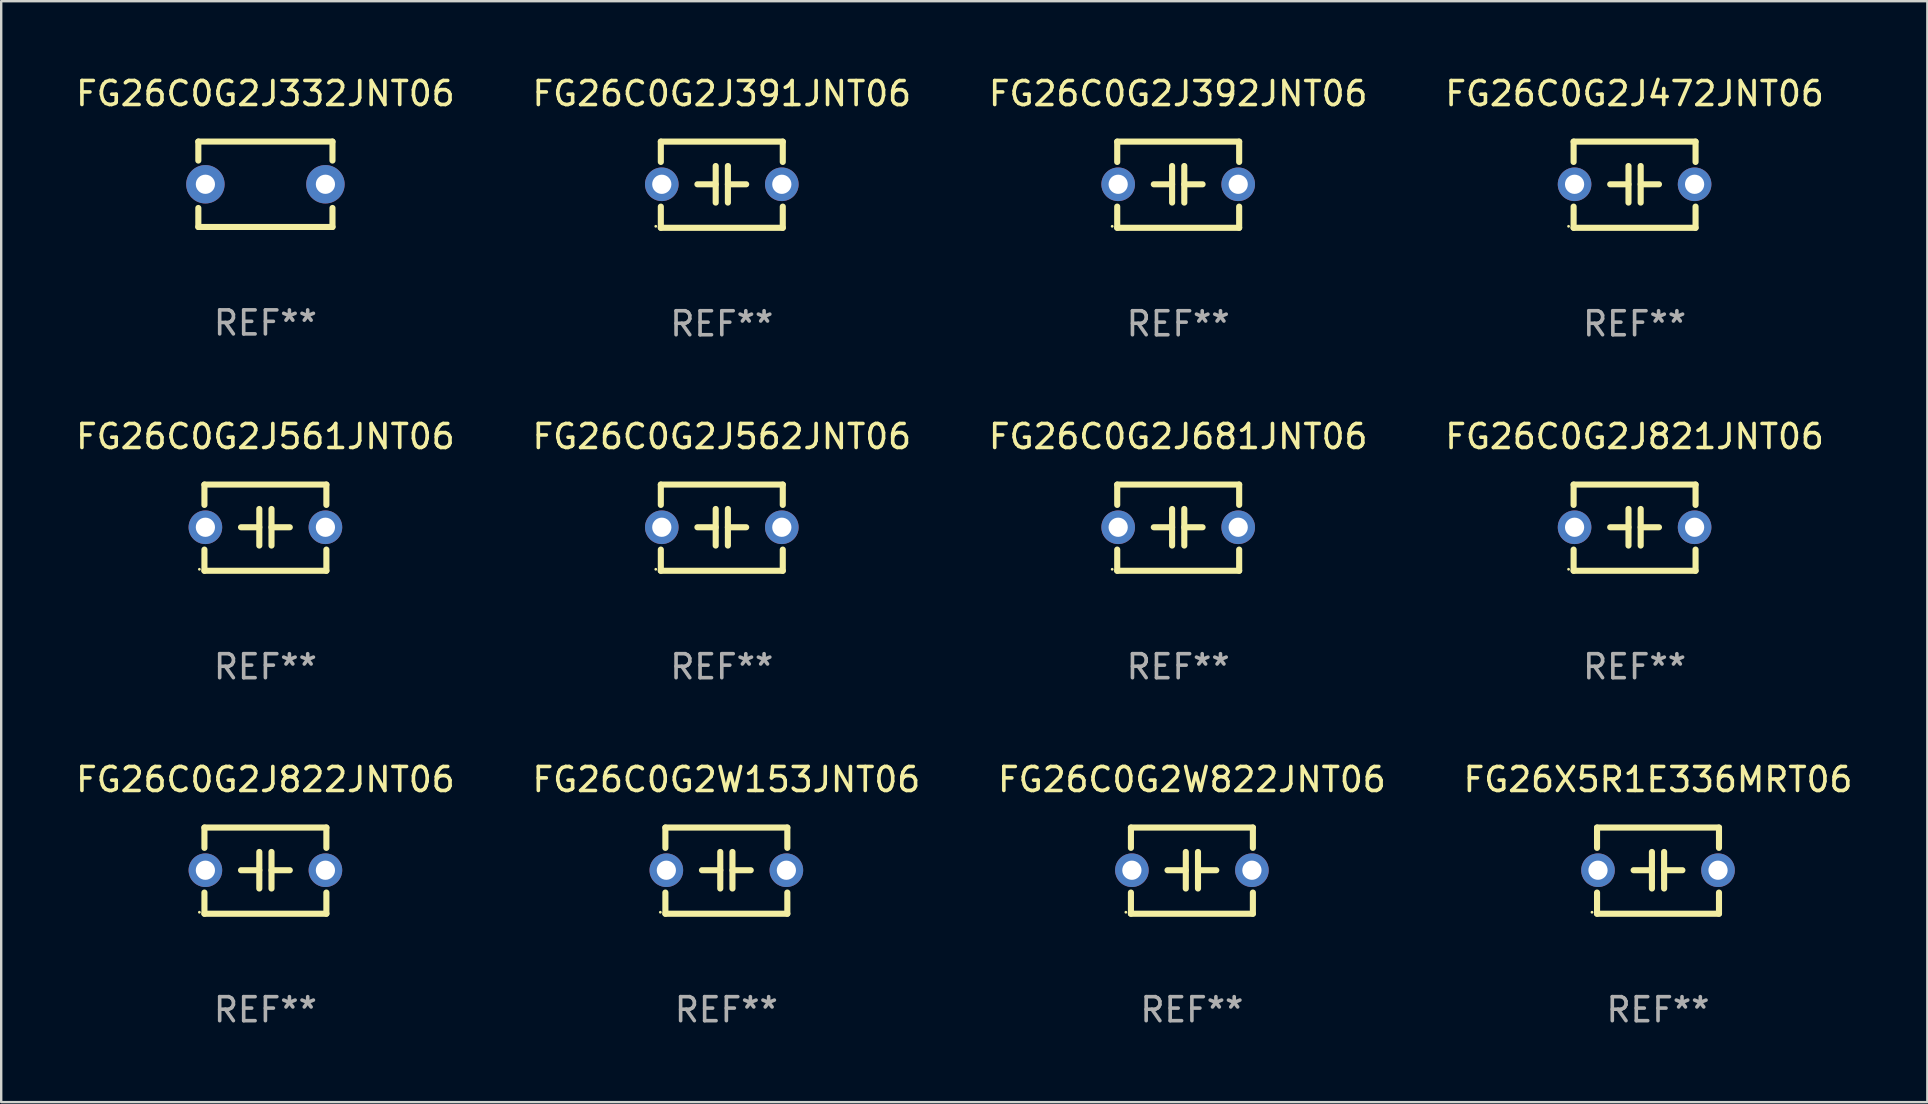
<source format=kicad_pcb>
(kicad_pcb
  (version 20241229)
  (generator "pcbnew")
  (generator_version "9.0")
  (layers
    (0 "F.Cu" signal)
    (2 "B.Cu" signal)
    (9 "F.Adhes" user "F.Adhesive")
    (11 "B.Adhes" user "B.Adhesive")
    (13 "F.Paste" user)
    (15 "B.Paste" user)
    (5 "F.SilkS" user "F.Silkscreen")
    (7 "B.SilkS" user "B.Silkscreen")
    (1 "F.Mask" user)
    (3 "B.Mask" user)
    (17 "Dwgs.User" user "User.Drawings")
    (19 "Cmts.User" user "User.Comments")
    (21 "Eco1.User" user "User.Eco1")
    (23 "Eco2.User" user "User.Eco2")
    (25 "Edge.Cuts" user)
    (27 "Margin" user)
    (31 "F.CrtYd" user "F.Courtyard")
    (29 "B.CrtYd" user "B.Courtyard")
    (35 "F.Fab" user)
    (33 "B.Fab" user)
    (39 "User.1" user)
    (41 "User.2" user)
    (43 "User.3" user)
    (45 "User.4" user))
  (footprint "FG26C0G2J392JNT06"
    (layer "F.Cu")
    (at 46.03 4.644)
    (property "Reference" "FG26C0G2J392JNT06" (at 0 -3.795 0) (layer "F.SilkS") (effects (font (size 1 1) (thickness 0.15))))
    (attr through_hole)
    (fp_line (start -2.54 -1.795) (end 2.54 -1.795) (stroke (width 0.254) (type solid)) (layer "F.SilkS"))
    (fp_line (start -2.54 -0.948) (end -2.54 -1.795) (stroke (width 0.254) (type solid)) (layer "F.SilkS"))
    (fp_line (start -2.54 1.795) (end -2.54 0.913) (stroke (width 0.254) (type solid)) (layer "F.SilkS"))
    (fp_line (start -1.016 -0.017) (end -0.254 -0.017) (stroke (width 0.254) (type solid)) (layer "F.SilkS"))
    (fp_line (start -0.254 0.745) (end -0.254 -0.779) (stroke (width 0.254) (type solid)) (layer "F.SilkS"))
    (fp_line (start 0.254 -0.779) (end 0.254 0.745) (stroke (width 0.254) (type solid)) (layer "F.SilkS"))
    (fp_line (start 1.016 -0.017) (end 0.254 -0.017) (stroke (width 0.254) (type solid)) (layer "F.SilkS"))
    (fp_line (start 2.54 -1.795) (end 2.54 -0.948) (stroke (width 0.254) (type solid)) (layer "F.SilkS"))
    (fp_line (start 2.54 1.795) (end -2.54 1.795) (stroke (width 0.254) (type solid)) (layer "F.SilkS"))
    (fp_line (start 2.54 1.795) (end 2.54 0.913) (stroke (width 0.254) (type solid)) (layer "F.SilkS"))
    (fp_circle (center -2.75 1.733) (end -2.72 1.733) (stroke (width 0.06) (type solid)) (fill no) (layer "F.SilkS"))
    (fp_text user "REF**" (at 0 5.795 0) (layer "F.Fab") (effects (font (size 1 1) (thickness 0.15))))
    (pad "1" thru_hole circle (at -2.5 -0.017) (size 1.4 1.4) (drill 0.8) (layers "*.Cu" "*.Mask"))
    (pad "2" thru_hole circle (at 2.5 -0.017) (size 1.4 1.4) (drill 0.8) (layers "*.Cu" "*.Mask")))
  (footprint "FG26C0G2W822JNT06"
    (layer "F.Cu")
    (at 46.601 33.218)
    (property "Reference" "FG26C0G2W822JNT06" (at 0 -3.795 0) (layer "F.SilkS") (effects (font (size 1 1) (thickness 0.15))))
    (attr through_hole)
    (fp_line (start -2.54 -1.795) (end 2.54 -1.795) (stroke (width 0.254) (type solid)) (layer "F.SilkS"))
    (fp_line (start -2.54 -0.948) (end -2.54 -1.795) (stroke (width 0.254) (type solid)) (layer "F.SilkS"))
    (fp_line (start -2.54 1.795) (end -2.54 0.913) (stroke (width 0.254) (type solid)) (layer "F.SilkS"))
    (fp_line (start -1.016 -0.017) (end -0.254 -0.017) (stroke (width 0.254) (type solid)) (layer "F.SilkS"))
    (fp_line (start -0.254 0.745) (end -0.254 -0.779) (stroke (width 0.254) (type solid)) (layer "F.SilkS"))
    (fp_line (start 0.254 -0.779) (end 0.254 0.745) (stroke (width 0.254) (type solid)) (layer "F.SilkS"))
    (fp_line (start 1.016 -0.017) (end 0.254 -0.017) (stroke (width 0.254) (type solid)) (layer "F.SilkS"))
    (fp_line (start 2.54 -1.795) (end 2.54 -0.948) (stroke (width 0.254) (type solid)) (layer "F.SilkS"))
    (fp_line (start 2.54 1.795) (end -2.54 1.795) (stroke (width 0.254) (type solid)) (layer "F.SilkS"))
    (fp_line (start 2.54 1.795) (end 2.54 0.913) (stroke (width 0.254) (type solid)) (layer "F.SilkS"))
    (fp_circle (center -2.75 1.733) (end -2.72 1.733) (stroke (width 0.06) (type solid)) (fill no) (layer "F.SilkS"))
    (fp_text user "REF**" (at 0 5.795 0) (layer "F.Fab") (effects (font (size 1 1) (thickness 0.15))))
    (pad "1" thru_hole circle (at -2.5 -0.017) (size 1.4 1.4) (drill 0.8) (layers "*.Cu" "*.Mask"))
    (pad "2" thru_hole circle (at 2.5 -0.017) (size 1.4 1.4) (drill 0.8) (layers "*.Cu" "*.Mask")))
  (footprint "FG26C0G2J391JNT06"
    (layer "F.Cu")
    (at 27.018 4.644)
    (property "Reference" "FG26C0G2J391JNT06" (at 0 -3.795 0) (layer "F.SilkS") (effects (font (size 1 1) (thickness 0.15))))
    (attr through_hole)
    (fp_line (start -2.54 -1.795) (end 2.54 -1.795) (stroke (width 0.254) (type solid)) (layer "F.SilkS"))
    (fp_line (start -2.54 -0.948) (end -2.54 -1.795) (stroke (width 0.254) (type solid)) (layer "F.SilkS"))
    (fp_line (start -2.54 1.795) (end -2.54 0.913) (stroke (width 0.254) (type solid)) (layer "F.SilkS"))
    (fp_line (start -1.016 -0.017) (end -0.254 -0.017) (stroke (width 0.254) (type solid)) (layer "F.SilkS"))
    (fp_line (start -0.254 0.745) (end -0.254 -0.779) (stroke (width 0.254) (type solid)) (layer "F.SilkS"))
    (fp_line (start 0.254 -0.779) (end 0.254 0.745) (stroke (width 0.254) (type solid)) (layer "F.SilkS"))
    (fp_line (start 1.016 -0.017) (end 0.254 -0.017) (stroke (width 0.254) (type solid)) (layer "F.SilkS"))
    (fp_line (start 2.54 -1.795) (end 2.54 -0.948) (stroke (width 0.254) (type solid)) (layer "F.SilkS"))
    (fp_line (start 2.54 1.795) (end -2.54 1.795) (stroke (width 0.254) (type solid)) (layer "F.SilkS"))
    (fp_line (start 2.54 1.795) (end 2.54 0.913) (stroke (width 0.254) (type solid)) (layer "F.SilkS"))
    (fp_circle (center -2.75 1.733) (end -2.72 1.733) (stroke (width 0.06) (type solid)) (fill no) (layer "F.SilkS"))
    (fp_text user "REF**" (at 0 5.795 0) (layer "F.Fab") (effects (font (size 1 1) (thickness 0.15))))
    (pad "1" thru_hole circle (at -2.5 -0.017) (size 1.4 1.4) (drill 0.8) (layers "*.Cu" "*.Mask"))
    (pad "2" thru_hole circle (at 2.5 -0.017) (size 1.4 1.4) (drill 0.8) (layers "*.Cu" "*.Mask")))
  (footprint "FG26C0G2J332JNT06"
    (layer "F.Cu")
    (at 8.006 4.626)
    (property "Reference" "FG26C0G2J332JNT06" (at 0 -3.778 0) (layer "F.SilkS") (effects (font (size 1 1) (thickness 0.15))))
    (attr through_hole)
    (fp_line (start -2.794 -1.778) (end -2.794 -0.988) (stroke (width 0.254) (type solid)) (layer "F.SilkS"))
    (fp_line (start -2.794 0.988) (end -2.794 1.778) (stroke (width 0.254) (type solid)) (layer "F.SilkS"))
    (fp_line (start -2.794 1.778) (end 2.794 1.778) (stroke (width 0.254) (type solid)) (layer "F.SilkS"))
    (fp_line (start 2.794 -1.778) (end -2.794 -1.778) (stroke (width 0.254) (type solid)) (layer "F.SilkS"))
    (fp_line (start 2.794 -0.988) (end 2.794 -1.778) (stroke (width 0.254) (type solid)) (layer "F.SilkS"))
    (fp_line (start 2.794 1.778) (end 2.794 0.988) (stroke (width 0.254) (type solid)) (layer "F.SilkS"))
    (fp_circle (center -2.75 1.75) (end -2.72 1.75) (stroke (width 0.06) (type solid)) (fill no) (layer "F.SilkS"))
    (fp_text user "REF**" (at 0 5.778 0) (layer "F.Fab") (effects (font (size 1 1) (thickness 0.15))))
    (pad "1" thru_hole circle (at -2.5 0) (size 1.6 1.6) (drill 0.8) (layers "*.Cu" "*.Mask"))
    (pad "2" thru_hole circle (at 2.5 0) (size 1.6 1.6) (drill 0.8) (layers "*.Cu" "*.Mask")))
  (footprint "FG26C0G2J472JNT06"
    (layer "F.Cu")
    (at 65.042 4.644)
    (property "Reference" "FG26C0G2J472JNT06" (at 0 -3.795 0) (layer "F.SilkS") (effects (font (size 1 1) (thickness 0.15))))
    (attr through_hole)
    (fp_line (start -2.54 -1.795) (end 2.54 -1.795) (stroke (width 0.254) (type solid)) (layer "F.SilkS"))
    (fp_line (start -2.54 -0.948) (end -2.54 -1.795) (stroke (width 0.254) (type solid)) (layer "F.SilkS"))
    (fp_line (start -2.54 1.795) (end -2.54 0.913) (stroke (width 0.254) (type solid)) (layer "F.SilkS"))
    (fp_line (start -1.016 -0.017) (end -0.254 -0.017) (stroke (width 0.254) (type solid)) (layer "F.SilkS"))
    (fp_line (start -0.254 0.745) (end -0.254 -0.779) (stroke (width 0.254) (type solid)) (layer "F.SilkS"))
    (fp_line (start 0.254 -0.779) (end 0.254 0.745) (stroke (width 0.254) (type solid)) (layer "F.SilkS"))
    (fp_line (start 1.016 -0.017) (end 0.254 -0.017) (stroke (width 0.254) (type solid)) (layer "F.SilkS"))
    (fp_line (start 2.54 -1.795) (end 2.54 -0.948) (stroke (width 0.254) (type solid)) (layer "F.SilkS"))
    (fp_line (start 2.54 1.795) (end -2.54 1.795) (stroke (width 0.254) (type solid)) (layer "F.SilkS"))
    (fp_line (start 2.54 1.795) (end 2.54 0.913) (stroke (width 0.254) (type solid)) (layer "F.SilkS"))
    (fp_circle (center -2.75 1.733) (end -2.72 1.733) (stroke (width 0.06) (type solid)) (fill no) (layer "F.SilkS"))
    (fp_text user "REF**" (at 0 5.795 0) (layer "F.Fab") (effects (font (size 1 1) (thickness 0.15))))
    (pad "1" thru_hole circle (at -2.5 -0.017) (size 1.4 1.4) (drill 0.8) (layers "*.Cu" "*.Mask"))
    (pad "2" thru_hole circle (at 2.5 -0.017) (size 1.4 1.4) (drill 0.8) (layers "*.Cu" "*.Mask")))
  (footprint "FG26C0G2J821JNT06"
    (layer "F.Cu")
    (at 65.042 18.931)
    (property "Reference" "FG26C0G2J821JNT06" (at 0 -3.795 0) (layer "F.SilkS") (effects (font (size 1 1) (thickness 0.15))))
    (attr through_hole)
    (fp_line (start -2.54 -1.795) (end 2.54 -1.795) (stroke (width 0.254) (type solid)) (layer "F.SilkS"))
    (fp_line (start -2.54 -0.948) (end -2.54 -1.795) (stroke (width 0.254) (type solid)) (layer "F.SilkS"))
    (fp_line (start -2.54 1.795) (end -2.54 0.913) (stroke (width 0.254) (type solid)) (layer "F.SilkS"))
    (fp_line (start -1.016 -0.017) (end -0.254 -0.017) (stroke (width 0.254) (type solid)) (layer "F.SilkS"))
    (fp_line (start -0.254 0.745) (end -0.254 -0.779) (stroke (width 0.254) (type solid)) (layer "F.SilkS"))
    (fp_line (start 0.254 -0.779) (end 0.254 0.745) (stroke (width 0.254) (type solid)) (layer "F.SilkS"))
    (fp_line (start 1.016 -0.017) (end 0.254 -0.017) (stroke (width 0.254) (type solid)) (layer "F.SilkS"))
    (fp_line (start 2.54 -1.795) (end 2.54 -0.948) (stroke (width 0.254) (type solid)) (layer "F.SilkS"))
    (fp_line (start 2.54 1.795) (end -2.54 1.795) (stroke (width 0.254) (type solid)) (layer "F.SilkS"))
    (fp_line (start 2.54 1.795) (end 2.54 0.913) (stroke (width 0.254) (type solid)) (layer "F.SilkS"))
    (fp_circle (center -2.75 1.733) (end -2.72 1.733) (stroke (width 0.06) (type solid)) (fill no) (layer "F.SilkS"))
    (fp_text user "REF**" (at 0 5.795 0) (layer "F.Fab") (effects (font (size 1 1) (thickness 0.15))))
    (pad "1" thru_hole circle (at -2.5 -0.017) (size 1.4 1.4) (drill 0.8) (layers "*.Cu" "*.Mask"))
    (pad "2" thru_hole circle (at 2.5 -0.017) (size 1.4 1.4) (drill 0.8) (layers "*.Cu" "*.Mask")))
  (footprint "FG26C0G2W153JNT06"
    (layer "F.Cu")
    (at 27.208 33.218)
    (property "Reference" "FG26C0G2W153JNT06" (at 0 -3.795 0) (layer "F.SilkS") (effects (font (size 1 1) (thickness 0.15))))
    (attr through_hole)
    (fp_line (start -2.54 -1.795) (end 2.54 -1.795) (stroke (width 0.254) (type solid)) (layer "F.SilkS"))
    (fp_line (start -2.54 -0.948) (end -2.54 -1.795) (stroke (width 0.254) (type solid)) (layer "F.SilkS"))
    (fp_line (start -2.54 1.795) (end -2.54 0.913) (stroke (width 0.254) (type solid)) (layer "F.SilkS"))
    (fp_line (start -1.016 -0.017) (end -0.254 -0.017) (stroke (width 0.254) (type solid)) (layer "F.SilkS"))
    (fp_line (start -0.254 0.745) (end -0.254 -0.779) (stroke (width 0.254) (type solid)) (layer "F.SilkS"))
    (fp_line (start 0.254 -0.779) (end 0.254 0.745) (stroke (width 0.254) (type solid)) (layer "F.SilkS"))
    (fp_line (start 1.016 -0.017) (end 0.254 -0.017) (stroke (width 0.254) (type solid)) (layer "F.SilkS"))
    (fp_line (start 2.54 -1.795) (end 2.54 -0.948) (stroke (width 0.254) (type solid)) (layer "F.SilkS"))
    (fp_line (start 2.54 1.795) (end -2.54 1.795) (stroke (width 0.254) (type solid)) (layer "F.SilkS"))
    (fp_line (start 2.54 1.795) (end 2.54 0.913) (stroke (width 0.254) (type solid)) (layer "F.SilkS"))
    (fp_circle (center -2.75 1.733) (end -2.72 1.733) (stroke (width 0.06) (type solid)) (fill no) (layer "F.SilkS"))
    (fp_text user "REF**" (at 0 5.795 0) (layer "F.Fab") (effects (font (size 1 1) (thickness 0.15))))
    (pad "1" thru_hole circle (at -2.5 -0.017) (size 1.4 1.4) (drill 0.8) (layers "*.Cu" "*.Mask"))
    (pad "2" thru_hole circle (at 2.5 -0.017) (size 1.4 1.4) (drill 0.8) (layers "*.Cu" "*.Mask")))
  (footprint "FG26C0G2J562JNT06"
    (layer "F.Cu")
    (at 27.018 18.931)
    (property "Reference" "FG26C0G2J562JNT06" (at 0 -3.795 0) (layer "F.SilkS") (effects (font (size 1 1) (thickness 0.15))))
    (attr through_hole)
    (fp_line (start -2.54 -1.795) (end 2.54 -1.795) (stroke (width 0.254) (type solid)) (layer "F.SilkS"))
    (fp_line (start -2.54 -0.948) (end -2.54 -1.795) (stroke (width 0.254) (type solid)) (layer "F.SilkS"))
    (fp_line (start -2.54 1.795) (end -2.54 0.913) (stroke (width 0.254) (type solid)) (layer "F.SilkS"))
    (fp_line (start -1.016 -0.017) (end -0.254 -0.017) (stroke (width 0.254) (type solid)) (layer "F.SilkS"))
    (fp_line (start -0.254 0.745) (end -0.254 -0.779) (stroke (width 0.254) (type solid)) (layer "F.SilkS"))
    (fp_line (start 0.254 -0.779) (end 0.254 0.745) (stroke (width 0.254) (type solid)) (layer "F.SilkS"))
    (fp_line (start 1.016 -0.017) (end 0.254 -0.017) (stroke (width 0.254) (type solid)) (layer "F.SilkS"))
    (fp_line (start 2.54 -1.795) (end 2.54 -0.948) (stroke (width 0.254) (type solid)) (layer "F.SilkS"))
    (fp_line (start 2.54 1.795) (end -2.54 1.795) (stroke (width 0.254) (type solid)) (layer "F.SilkS"))
    (fp_line (start 2.54 1.795) (end 2.54 0.913) (stroke (width 0.254) (type solid)) (layer "F.SilkS"))
    (fp_circle (center -2.75 1.733) (end -2.72 1.733) (stroke (width 0.06) (type solid)) (fill no) (layer "F.SilkS"))
    (fp_text user "REF**" (at 0 5.795 0) (layer "F.Fab") (effects (font (size 1 1) (thickness 0.15))))
    (pad "1" thru_hole circle (at -2.5 -0.017) (size 1.4 1.4) (drill 0.8) (layers "*.Cu" "*.Mask"))
    (pad "2" thru_hole circle (at 2.5 -0.017) (size 1.4 1.4) (drill 0.8) (layers "*.Cu" "*.Mask")))
  (footprint "FG26C0G2J681JNT06"
    (layer "F.Cu")
    (at 46.03 18.931)
    (property "Reference" "FG26C0G2J681JNT06" (at 0 -3.795 0) (layer "F.SilkS") (effects (font (size 1 1) (thickness 0.15))))
    (attr through_hole)
    (fp_line (start -2.54 -1.795) (end 2.54 -1.795) (stroke (width 0.254) (type solid)) (layer "F.SilkS"))
    (fp_line (start -2.54 -0.948) (end -2.54 -1.795) (stroke (width 0.254) (type solid)) (layer "F.SilkS"))
    (fp_line (start -2.54 1.795) (end -2.54 0.913) (stroke (width 0.254) (type solid)) (layer "F.SilkS"))
    (fp_line (start -1.016 -0.017) (end -0.254 -0.017) (stroke (width 0.254) (type solid)) (layer "F.SilkS"))
    (fp_line (start -0.254 0.745) (end -0.254 -0.779) (stroke (width 0.254) (type solid)) (layer "F.SilkS"))
    (fp_line (start 0.254 -0.779) (end 0.254 0.745) (stroke (width 0.254) (type solid)) (layer "F.SilkS"))
    (fp_line (start 1.016 -0.017) (end 0.254 -0.017) (stroke (width 0.254) (type solid)) (layer "F.SilkS"))
    (fp_line (start 2.54 -1.795) (end 2.54 -0.948) (stroke (width 0.254) (type solid)) (layer "F.SilkS"))
    (fp_line (start 2.54 1.795) (end -2.54 1.795) (stroke (width 0.254) (type solid)) (layer "F.SilkS"))
    (fp_line (start 2.54 1.795) (end 2.54 0.913) (stroke (width 0.254) (type solid)) (layer "F.SilkS"))
    (fp_circle (center -2.75 1.733) (end -2.72 1.733) (stroke (width 0.06) (type solid)) (fill no) (layer "F.SilkS"))
    (fp_text user "REF**" (at 0 5.795 0) (layer "F.Fab") (effects (font (size 1 1) (thickness 0.15))))
    (pad "1" thru_hole circle (at -2.5 -0.017) (size 1.4 1.4) (drill 0.8) (layers "*.Cu" "*.Mask"))
    (pad "2" thru_hole circle (at 2.5 -0.017) (size 1.4 1.4) (drill 0.8) (layers "*.Cu" "*.Mask")))
  (footprint "FG26C0G2J561JNT06"
    (layer "F.Cu")
    (at 8.006 18.931)
    (property "Reference" "FG26C0G2J561JNT06" (at 0 -3.795 0) (layer "F.SilkS") (effects (font (size 1 1) (thickness 0.15))))
    (attr through_hole)
    (fp_line (start -2.54 -1.795) (end 2.54 -1.795) (stroke (width 0.254) (type solid)) (layer "F.SilkS"))
    (fp_line (start -2.54 -0.948) (end -2.54 -1.795) (stroke (width 0.254) (type solid)) (layer "F.SilkS"))
    (fp_line (start -2.54 1.795) (end -2.54 0.913) (stroke (width 0.254) (type solid)) (layer "F.SilkS"))
    (fp_line (start -1.016 -0.017) (end -0.254 -0.017) (stroke (width 0.254) (type solid)) (layer "F.SilkS"))
    (fp_line (start -0.254 0.745) (end -0.254 -0.779) (stroke (width 0.254) (type solid)) (layer "F.SilkS"))
    (fp_line (start 0.254 -0.779) (end 0.254 0.745) (stroke (width 0.254) (type solid)) (layer "F.SilkS"))
    (fp_line (start 1.016 -0.017) (end 0.254 -0.017) (stroke (width 0.254) (type solid)) (layer "F.SilkS"))
    (fp_line (start 2.54 -1.795) (end 2.54 -0.948) (stroke (width 0.254) (type solid)) (layer "F.SilkS"))
    (fp_line (start 2.54 1.795) (end -2.54 1.795) (stroke (width 0.254) (type solid)) (layer "F.SilkS"))
    (fp_line (start 2.54 1.795) (end 2.54 0.913) (stroke (width 0.254) (type solid)) (layer "F.SilkS"))
    (fp_circle (center -2.75 1.733) (end -2.72 1.733) (stroke (width 0.06) (type solid)) (fill no) (layer "F.SilkS"))
    (fp_text user "REF**" (at 0 5.795 0) (layer "F.Fab") (effects (font (size 1 1) (thickness 0.15))))
    (pad "1" thru_hole circle (at -2.5 -0.017) (size 1.4 1.4) (drill 0.8) (layers "*.Cu" "*.Mask"))
    (pad "2" thru_hole circle (at 2.5 -0.017) (size 1.4 1.4) (drill 0.8) (layers "*.Cu" "*.Mask")))
  (footprint "FG26C0G2J822JNT06"
    (layer "F.Cu")
    (at 8.006 33.218)
    (property "Reference" "FG26C0G2J822JNT06" (at 0 -3.795 0) (layer "F.SilkS") (effects (font (size 1 1) (thickness 0.15))))
    (attr through_hole)
    (fp_line (start -2.54 -1.795) (end 2.54 -1.795) (stroke (width 0.254) (type solid)) (layer "F.SilkS"))
    (fp_line (start -2.54 -0.948) (end -2.54 -1.795) (stroke (width 0.254) (type solid)) (layer "F.SilkS"))
    (fp_line (start -2.54 1.795) (end -2.54 0.913) (stroke (width 0.254) (type solid)) (layer "F.SilkS"))
    (fp_line (start -1.016 -0.017) (end -0.254 -0.017) (stroke (width 0.254) (type solid)) (layer "F.SilkS"))
    (fp_line (start -0.254 0.745) (end -0.254 -0.779) (stroke (width 0.254) (type solid)) (layer "F.SilkS"))
    (fp_line (start 0.254 -0.779) (end 0.254 0.745) (stroke (width 0.254) (type solid)) (layer "F.SilkS"))
    (fp_line (start 1.016 -0.017) (end 0.254 -0.017) (stroke (width 0.254) (type solid)) (layer "F.SilkS"))
    (fp_line (start 2.54 -1.795) (end 2.54 -0.948) (stroke (width 0.254) (type solid)) (layer "F.SilkS"))
    (fp_line (start 2.54 1.795) (end -2.54 1.795) (stroke (width 0.254) (type solid)) (layer "F.SilkS"))
    (fp_line (start 2.54 1.795) (end 2.54 0.913) (stroke (width 0.254) (type solid)) (layer "F.SilkS"))
    (fp_circle (center -2.75 1.733) (end -2.72 1.733) (stroke (width 0.06) (type solid)) (fill no) (layer "F.SilkS"))
    (fp_text user "REF**" (at 0 5.795 0) (layer "F.Fab") (effects (font (size 1 1) (thickness 0.15))))
    (pad "1" thru_hole circle (at -2.5 -0.017) (size 1.4 1.4) (drill 0.8) (layers "*.Cu" "*.Mask"))
    (pad "2" thru_hole circle (at 2.5 -0.017) (size 1.4 1.4) (drill 0.8) (layers "*.Cu" "*.Mask")))
  (footprint "FG26X5R1E336MRT06"
    (layer "F.Cu")
    (at 66.018 33.218)
    (property "Reference" "FG26X5R1E336MRT06" (at 0 -3.795 0) (layer "F.SilkS") (effects (font (size 1 1) (thickness 0.15))))
    (attr through_hole)
    (fp_line (start -2.54 -1.795) (end 2.54 -1.795) (stroke (width 0.254) (type solid)) (layer "F.SilkS"))
    (fp_line (start -2.54 -0.948) (end -2.54 -1.795) (stroke (width 0.254) (type solid)) (layer "F.SilkS"))
    (fp_line (start -2.54 1.795) (end -2.54 0.913) (stroke (width 0.254) (type solid)) (layer "F.SilkS"))
    (fp_line (start -1.016 -0.017) (end -0.254 -0.017) (stroke (width 0.254) (type solid)) (layer "F.SilkS"))
    (fp_line (start -0.254 0.745) (end -0.254 -0.779) (stroke (width 0.254) (type solid)) (layer "F.SilkS"))
    (fp_line (start 0.254 -0.779) (end 0.254 0.745) (stroke (width 0.254) (type solid)) (layer "F.SilkS"))
    (fp_line (start 1.016 -0.017) (end 0.254 -0.017) (stroke (width 0.254) (type solid)) (layer "F.SilkS"))
    (fp_line (start 2.54 -1.795) (end 2.54 -0.948) (stroke (width 0.254) (type solid)) (layer "F.SilkS"))
    (fp_line (start 2.54 1.795) (end -2.54 1.795) (stroke (width 0.254) (type solid)) (layer "F.SilkS"))
    (fp_line (start 2.54 1.795) (end 2.54 0.913) (stroke (width 0.254) (type solid)) (layer "F.SilkS"))
    (fp_circle (center -2.75 1.733) (end -2.72 1.733) (stroke (width 0.06) (type solid)) (fill no) (layer "F.SilkS"))
    (fp_text user "REF**" (at 0 5.795 0) (layer "F.Fab") (effects (font (size 1 1) (thickness 0.15))))
    (pad "1" thru_hole circle (at -2.5 -0.017) (size 1.4 1.4) (drill 0.8) (layers "*.Cu" "*.Mask"))
    (pad "2" thru_hole circle (at 2.5 -0.017) (size 1.4 1.4) (drill 0.8) (layers "*.Cu" "*.Mask")))
  (gr_rect
    (start -3 -3)
    (end 77.238 42.861)
    (stroke (width 0.1) (type default))
    (fill no)
    (layer "Edge.Cuts")))
</source>
